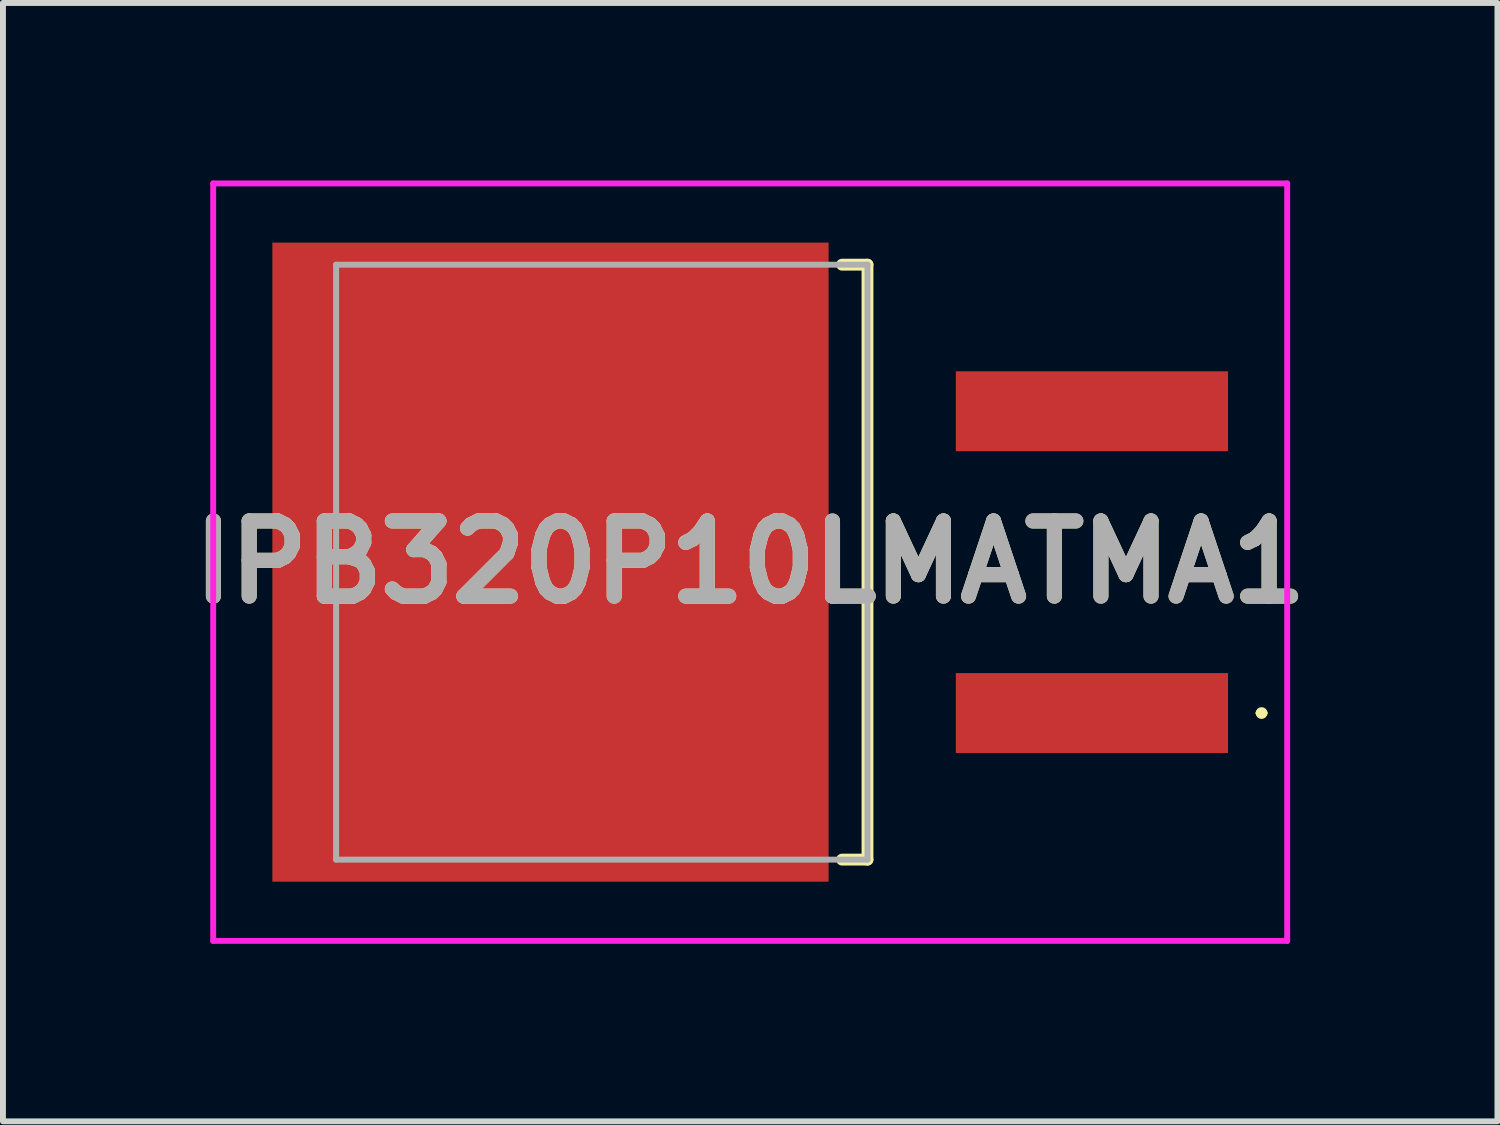
<source format=kicad_pcb>
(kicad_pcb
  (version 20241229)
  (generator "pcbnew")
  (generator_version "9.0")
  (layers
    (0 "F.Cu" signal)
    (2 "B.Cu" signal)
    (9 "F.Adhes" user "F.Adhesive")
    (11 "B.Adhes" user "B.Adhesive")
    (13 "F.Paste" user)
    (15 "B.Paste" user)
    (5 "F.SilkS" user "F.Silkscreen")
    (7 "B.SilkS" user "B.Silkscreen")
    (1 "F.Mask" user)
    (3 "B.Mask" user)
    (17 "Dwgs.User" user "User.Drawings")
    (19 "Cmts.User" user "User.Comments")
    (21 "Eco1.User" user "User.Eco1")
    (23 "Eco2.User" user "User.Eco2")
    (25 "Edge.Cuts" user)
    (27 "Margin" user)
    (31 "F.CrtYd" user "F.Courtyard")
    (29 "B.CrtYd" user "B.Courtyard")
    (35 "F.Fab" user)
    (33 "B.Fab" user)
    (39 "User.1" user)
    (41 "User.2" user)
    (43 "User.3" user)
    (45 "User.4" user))
  (footprint "IPB320P10LMATMA1"
    (layer "F.Cu")
    (at 7.12 6.45)
    (property "Reference" "IPB320P10LMATMA1" (at 2.508 0 0) (layer "F.SilkS") (effects (font (size 1.27 1.27) (thickness 0.254))))
    (attr smd)
    (fp_line (start 4.06 -5.027) (end 4.49 -5.027) (stroke (width 0.2) (type solid)) (layer "F.SilkS"))
    (fp_line (start 4.49 -5.027) (end 4.49 5.027) (stroke (width 0.2) (type solid)) (layer "F.SilkS"))
    (fp_line (start 4.49 5.027) (end 4.06 5.027) (stroke (width 0.2) (type solid)) (layer "F.SilkS"))
    (fp_line (start 11.1 2.55) (end 11.1 2.55) (stroke (width 0.1) (type solid)) (layer "F.SilkS"))
    (fp_line (start 11.2 2.55) (end 11.2 2.55) (stroke (width 0.1) (type solid)) (layer "F.SilkS"))
    (fp_arc (start 11.1 2.55) (mid 11.15 2.5) (end 11.2 2.55) (stroke (width 0.1) (type solid)) (layer "F.SilkS"))
    (fp_arc (start 11.2 2.55) (mid 11.15 2.6) (end 11.1 2.55) (stroke (width 0.1) (type solid)) (layer "F.SilkS"))
    (fp_line (start -6.567 -6.4) (end 11.583 -6.4) (stroke (width 0.1) (type solid)) (layer "F.CrtYd"))
    (fp_line (start -6.567 6.4) (end -6.567 -6.4) (stroke (width 0.1) (type solid)) (layer "F.CrtYd"))
    (fp_line (start 11.583 -6.4) (end 11.583 6.4) (stroke (width 0.1) (type solid)) (layer "F.CrtYd"))
    (fp_line (start 11.583 6.4) (end -6.567 6.4) (stroke (width 0.1) (type solid)) (layer "F.CrtYd"))
    (fp_line (start -4.49 -5.027) (end -4.49 5.027) (stroke (width 0.1) (type solid)) (layer "F.Fab"))
    (fp_line (start -4.49 5.027) (end 4.49 5.027) (stroke (width 0.1) (type solid)) (layer "F.Fab"))
    (fp_line (start 4.49 -5.027) (end -4.49 -5.027) (stroke (width 0.1) (type solid)) (layer "F.Fab"))
    (fp_line (start 4.49 5.027) (end 4.49 -5.027) (stroke (width 0.1) (type solid)) (layer "F.Fab"))
    (fp_text user "${REFERENCE}" (at 2.508 0 0) (layer "F.Fab") (effects (font (size 1.27 1.27) (thickness 0.254))))
    (pad "1" smd rect (at 8.283 2.55 90) (size 1.35 4.6) (layers "F.Cu" "F.Mask" "F.Paste"))
    (pad "2" smd rect (at -0.867 0) (size 9.4 10.8) (layers "F.Cu" "F.Mask" "F.Paste"))
    (pad "3" smd rect (at 8.283 -2.55 90) (size 1.35 4.6) (layers "F.Cu" "F.Mask" "F.Paste")))
  (gr_rect
    (start -3 -3)
    (end 22.256 15.9)
    (stroke (width 0.1) (type default))
    (fill no)
    (layer "Edge.Cuts")))
</source>
